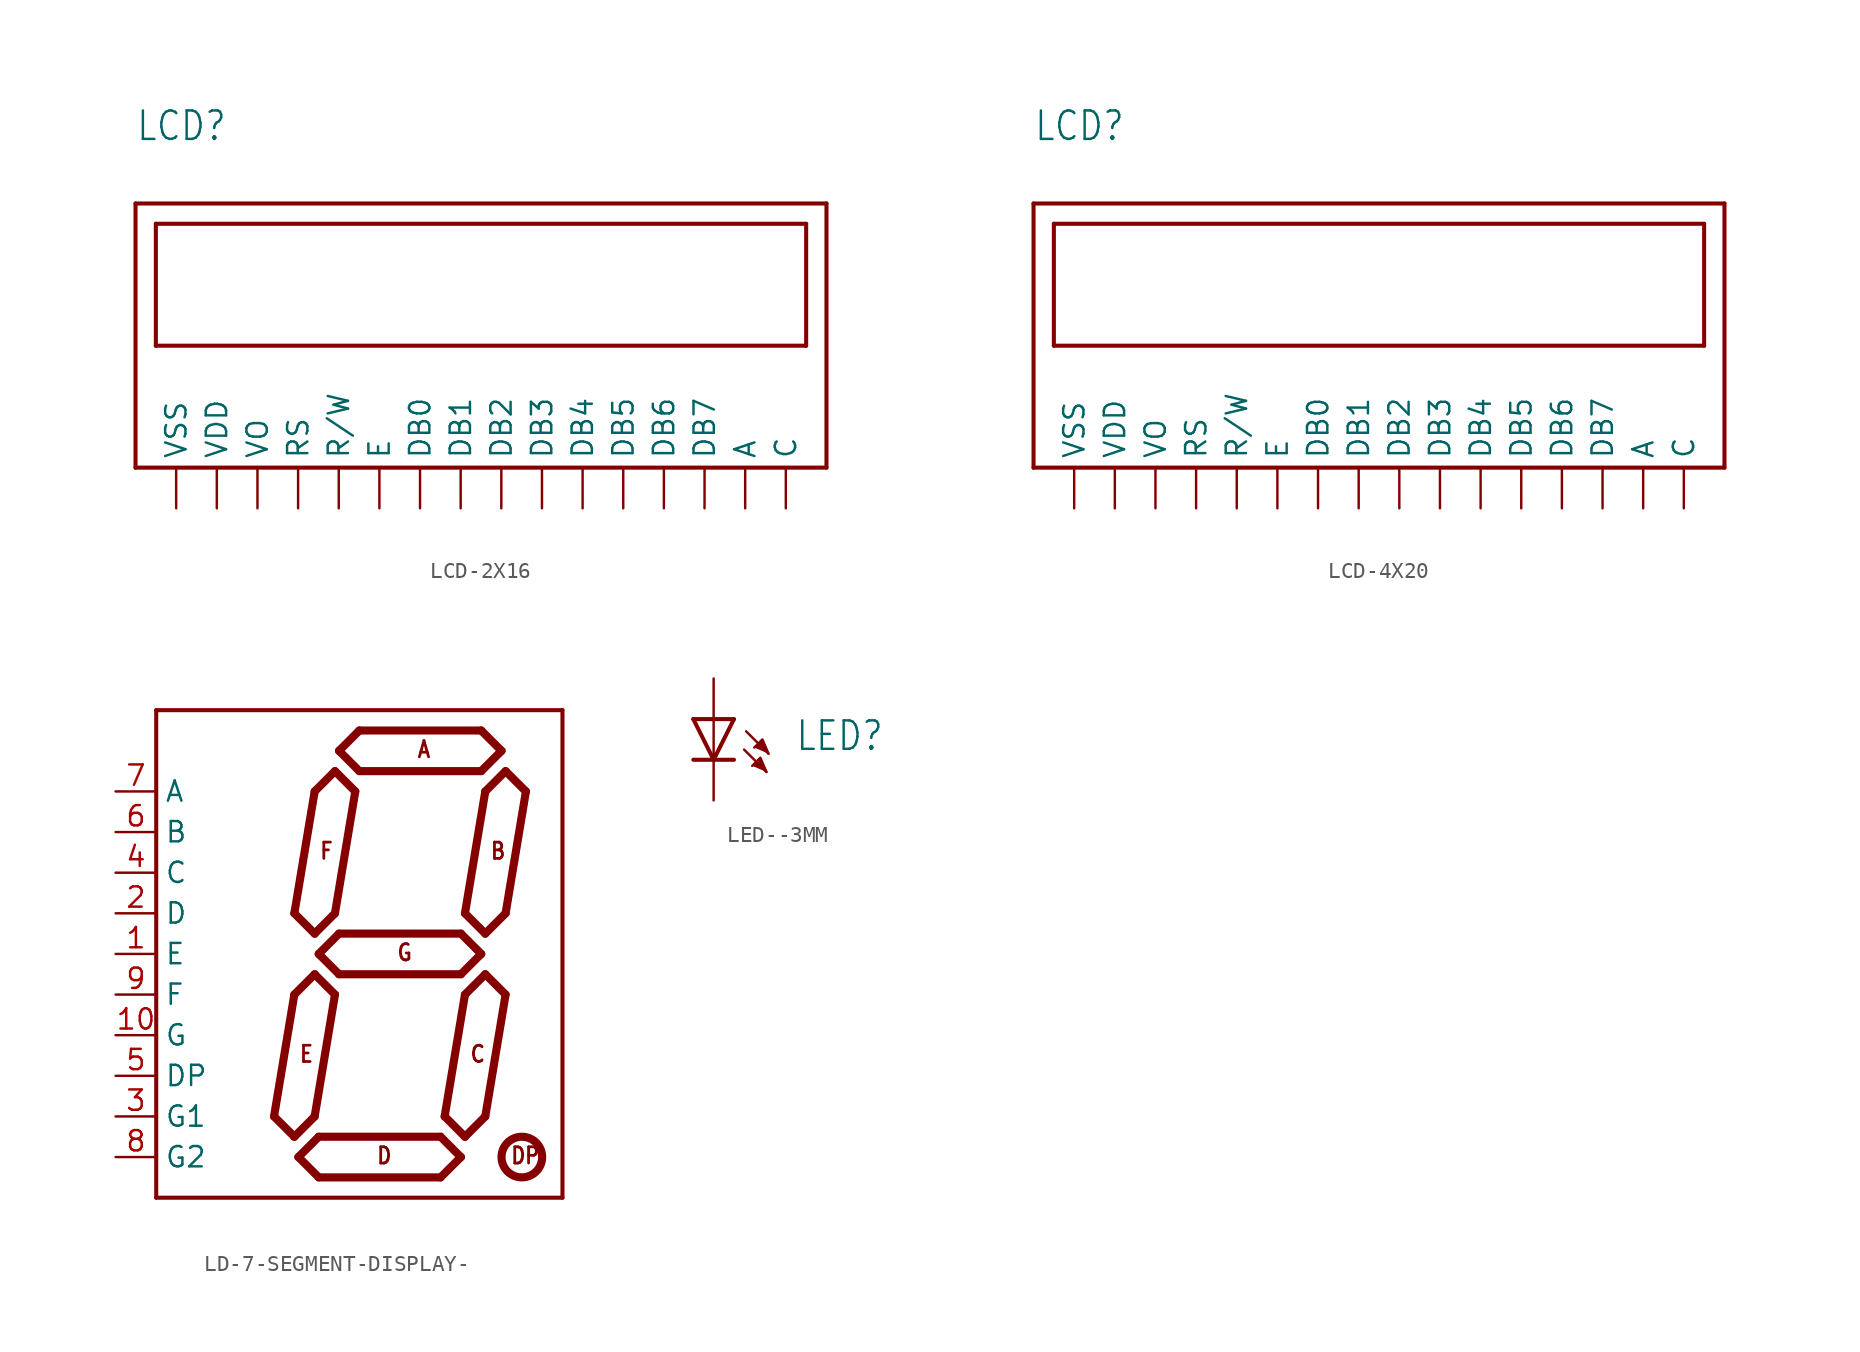
<source format=kicad_sym>
(kicad_symbol_lib
  (version 20231120)
  (generator "kicad_symbol_editor")
  (generator_version "8.0")
  (symbol "LCD-2X16"
    (property "Reference" "LCD"
      (at -20.32 15.24 0)
      (effects (font (size 1.778 1.511)) (justify left bottom)))
    (property "Value" ""
      (at -20.32 12.7 0)
      (effects (font (size 1.778 1.511)) (justify left bottom)))
    (property "ki_locked" ""
      (at 0 0 0)
      (effects (font (size 1.27 1.27))))
    (symbol "LCD-2X16_1_0"
      (polyline (pts (xy -20.32 -5.08) (xy 22.86 -5.08)) (stroke (width 0.254) (type solid)) (fill (type none)))
      (polyline (pts (xy -20.32 11.43) (xy -20.32 -5.08)) (stroke (width 0.254) (type solid)) (fill (type none)))
      (polyline (pts (xy -19.05 2.54) (xy 21.59 2.54)) (stroke (width 0.254) (type solid)) (fill (type none)))
      (polyline (pts (xy -19.05 10.16) (xy -19.05 2.54)) (stroke (width 0.254) (type solid)) (fill (type none)))
      (polyline (pts (xy 21.59 2.54) (xy 21.59 10.16)) (stroke (width 0.254) (type solid)) (fill (type none)))
      (polyline (pts (xy 21.59 10.16) (xy -19.05 10.16)) (stroke (width 0.254) (type solid)) (fill (type none)))
      (polyline (pts (xy 22.86 -5.08) (xy 22.86 11.43)) (stroke (width 0.254) (type solid)) (fill (type none)))
      (polyline (pts (xy 22.86 11.43) (xy -20.32 11.43)) (stroke (width 0.254) (type solid)) (fill (type none)))
      (pin passive line (at -17.78 -7.62 90) (length 2.54) (name "VSS" (effects (font (size 1.27 1.27)))) (number "1" (effects (font (size 0 0)))))
      (pin bidirectional line (at 5.08 -7.62 90) (length 2.54) (name "DB3" (effects (font (size 1.27 1.27)))) (number "10" (effects (font (size 0 0)))))
      (pin bidirectional line (at 7.62 -7.62 90) (length 2.54) (name "DB4" (effects (font (size 1.27 1.27)))) (number "11" (effects (font (size 0 0)))))
      (pin bidirectional line (at 10.16 -7.62 90) (length 2.54) (name "DB5" (effects (font (size 1.27 1.27)))) (number "12" (effects (font (size 0 0)))))
      (pin bidirectional line (at 12.7 -7.62 90) (length 2.54) (name "DB6" (effects (font (size 1.27 1.27)))) (number "13" (effects (font (size 0 0)))))
      (pin bidirectional line (at 15.24 -7.62 90) (length 2.54) (name "DB7" (effects (font (size 1.27 1.27)))) (number "14" (effects (font (size 0 0)))))
      (pin passive line (at 17.78 -7.62 90) (length 2.54) (name "A" (effects (font (size 1.27 1.27)))) (number "15" (effects (font (size 0 0)))))
      (pin passive line (at 20.32 -7.62 90) (length 2.54) (name "C" (effects (font (size 1.27 1.27)))) (number "16" (effects (font (size 0 0)))))
      (pin passive line (at -15.24 -7.62 90) (length 2.54) (name "VDD" (effects (font (size 1.27 1.27)))) (number "2" (effects (font (size 0 0)))))
      (pin bidirectional line (at -12.7 -7.62 90) (length 2.54) (name "VO" (effects (font (size 1.27 1.27)))) (number "3" (effects (font (size 0 0)))))
      (pin input line (at -10.16 -7.62 90) (length 2.54) (name "RS" (effects (font (size 1.27 1.27)))) (number "4" (effects (font (size 0 0)))))
      (pin input line (at -7.62 -7.62 90) (length 2.54) (name "R/W" (effects (font (size 1.27 1.27)))) (number "5" (effects (font (size 0 0)))))
      (pin input line (at -5.08 -7.62 90) (length 2.54) (name "E" (effects (font (size 1.27 1.27)))) (number "6" (effects (font (size 0 0)))))
      (pin bidirectional line (at -2.54 -7.62 90) (length 2.54) (name "DB0" (effects (font (size 1.27 1.27)))) (number "7" (effects (font (size 0 0)))))
      (pin bidirectional line (at 0 -7.62 90) (length 2.54) (name "DB1" (effects (font (size 1.27 1.27)))) (number "8" (effects (font (size 0 0)))))
      (pin bidirectional line (at 2.54 -7.62 90) (length 2.54) (name "DB2" (effects (font (size 1.27 1.27)))) (number "9" (effects (font (size 0 0)))))))
  (symbol "LCD-4X20"
    (property "Reference" "LCD"
      (at -20.32 15.24 0)
      (effects (font (size 1.778 1.511)) (justify left bottom)))
    (property "Value" ""
      (at -20.32 12.7 0)
      (effects (font (size 1.778 1.511)) (justify left bottom)))
    (property "ki_locked" ""
      (at 0 0 0)
      (effects (font (size 1.27 1.27))))
    (symbol "LCD-4X20_1_0"
      (polyline (pts (xy -20.32 -5.08) (xy 22.86 -5.08)) (stroke (width 0.254) (type solid)) (fill (type none)))
      (polyline (pts (xy -20.32 11.43) (xy -20.32 -5.08)) (stroke (width 0.254) (type solid)) (fill (type none)))
      (polyline (pts (xy -19.05 2.54) (xy 21.59 2.54)) (stroke (width 0.254) (type solid)) (fill (type none)))
      (polyline (pts (xy -19.05 10.16) (xy -19.05 2.54)) (stroke (width 0.254) (type solid)) (fill (type none)))
      (polyline (pts (xy 21.59 2.54) (xy 21.59 10.16)) (stroke (width 0.254) (type solid)) (fill (type none)))
      (polyline (pts (xy 21.59 10.16) (xy -19.05 10.16)) (stroke (width 0.254) (type solid)) (fill (type none)))
      (polyline (pts (xy 22.86 -5.08) (xy 22.86 11.43)) (stroke (width 0.254) (type solid)) (fill (type none)))
      (polyline (pts (xy 22.86 11.43) (xy -20.32 11.43)) (stroke (width 0.254) (type solid)) (fill (type none)))
      (pin passive line (at -17.78 -7.62 90) (length 2.54) (name "VSS" (effects (font (size 1.27 1.27)))) (number "1" (effects (font (size 0 0)))))
      (pin bidirectional line (at 5.08 -7.62 90) (length 2.54) (name "DB3" (effects (font (size 1.27 1.27)))) (number "10" (effects (font (size 0 0)))))
      (pin bidirectional line (at 7.62 -7.62 90) (length 2.54) (name "DB4" (effects (font (size 1.27 1.27)))) (number "11" (effects (font (size 0 0)))))
      (pin bidirectional line (at 10.16 -7.62 90) (length 2.54) (name "DB5" (effects (font (size 1.27 1.27)))) (number "12" (effects (font (size 0 0)))))
      (pin bidirectional line (at 12.7 -7.62 90) (length 2.54) (name "DB6" (effects (font (size 1.27 1.27)))) (number "13" (effects (font (size 0 0)))))
      (pin bidirectional line (at 15.24 -7.62 90) (length 2.54) (name "DB7" (effects (font (size 1.27 1.27)))) (number "14" (effects (font (size 0 0)))))
      (pin passive line (at 17.78 -7.62 90) (length 2.54) (name "A" (effects (font (size 1.27 1.27)))) (number "15" (effects (font (size 0 0)))))
      (pin passive line (at 20.32 -7.62 90) (length 2.54) (name "C" (effects (font (size 1.27 1.27)))) (number "16" (effects (font (size 0 0)))))
      (pin passive line (at -15.24 -7.62 90) (length 2.54) (name "VDD" (effects (font (size 1.27 1.27)))) (number "2" (effects (font (size 0 0)))))
      (pin bidirectional line (at -12.7 -7.62 90) (length 2.54) (name "VO" (effects (font (size 1.27 1.27)))) (number "3" (effects (font (size 0 0)))))
      (pin input line (at -10.16 -7.62 90) (length 2.54) (name "RS" (effects (font (size 1.27 1.27)))) (number "4" (effects (font (size 0 0)))))
      (pin input line (at -7.62 -7.62 90) (length 2.54) (name "R/W" (effects (font (size 1.27 1.27)))) (number "5" (effects (font (size 0 0)))))
      (pin input line (at -5.08 -7.62 90) (length 2.54) (name "E" (effects (font (size 1.27 1.27)))) (number "6" (effects (font (size 0 0)))))
      (pin bidirectional line (at -2.54 -7.62 90) (length 2.54) (name "DB0" (effects (font (size 1.27 1.27)))) (number "7" (effects (font (size 0 0)))))
      (pin bidirectional line (at 0 -7.62 90) (length 2.54) (name "DB1" (effects (font (size 1.27 1.27)))) (number "8" (effects (font (size 0 0)))))
      (pin bidirectional line (at 2.54 -7.62 90) (length 2.54) (name "DB2" (effects (font (size 1.27 1.27)))) (number "9" (effects (font (size 0 0)))))))
  (symbol "LD-7-SEGMENT-DISPLAY-"
    (property "Reference" "LD"
      (at 0 0 0)
      (effects (font (size 1.27 1.27)) (hide yes)))
    (property "ki_locked" ""
      (at 0 0 0)
      (effects (font (size 1.27 1.27))))
    (symbol "LD-7-SEGMENT-DISPLAY-_1_0"
      (polyline (pts (xy -15.24 -15.24) (xy -15.24 15.24)) (stroke (width 0.254) (type solid)) (fill (type none)))
      (polyline (pts (xy -15.24 15.24) (xy 10.16 15.24)) (stroke (width 0.254) (type solid)) (fill (type none)))
      (polyline (pts (xy -7.874 -10.16) (xy -6.604 -11.43)) (stroke (width 0.508) (type solid)) (fill (type none)))
      (polyline (pts (xy -6.604 -11.43) (xy -5.334 -10.16)) (stroke (width 0.508) (type solid)) (fill (type none)))
      (polyline (pts (xy -6.604 -2.54) (xy -7.874 -10.16)) (stroke (width 0.508) (type solid)) (fill (type none)))
      (polyline (pts (xy -6.604 2.54) (xy -5.334 1.27)) (stroke (width 0.508) (type solid)) (fill (type none)))
      (polyline (pts (xy -6.35 -12.7) (xy -5.08 -13.97)) (stroke (width 0.508) (type solid)) (fill (type none)))
      (polyline (pts (xy -6.35 -12.7) (xy -5.08 -11.43)) (stroke (width 0.508) (type solid)) (fill (type none)))
      (polyline (pts (xy -5.334 -10.16) (xy -4.064 -2.54)) (stroke (width 0.508) (type solid)) (fill (type none)))
      (polyline (pts (xy -5.334 -1.27) (xy -6.604 -2.54)) (stroke (width 0.508) (type solid)) (fill (type none)))
      (polyline (pts (xy -5.334 -1.27) (xy -4.064 -2.54)) (stroke (width 0.508) (type solid)) (fill (type none)))
      (polyline (pts (xy -5.334 1.27) (xy -4.064 2.54)) (stroke (width 0.508) (type solid)) (fill (type none)))
      (polyline (pts (xy -5.334 10.16) (xy -6.604 2.54)) (stroke (width 0.508) (type solid)) (fill (type none)))
      (polyline (pts (xy -5.08 -13.97) (xy 2.54 -13.97)) (stroke (width 0.508) (type solid)) (fill (type none)))
      (polyline (pts (xy -5.08 0) (xy -3.81 -1.27)) (stroke (width 0.508) (type solid)) (fill (type none)))
      (polyline (pts (xy -5.08 0) (xy -3.81 1.27)) (stroke (width 0.508) (type solid)) (fill (type none)))
      (polyline (pts (xy -4.064 2.54) (xy -2.794 10.16)) (stroke (width 0.508) (type solid)) (fill (type none)))
      (polyline (pts (xy -4.064 11.43) (xy -5.334 10.16)) (stroke (width 0.508) (type solid)) (fill (type none)))
      (polyline (pts (xy -4.064 11.43) (xy -2.794 10.16)) (stroke (width 0.508) (type solid)) (fill (type none)))
      (polyline (pts (xy -3.81 -1.27) (xy 3.81 -1.27)) (stroke (width 0.508) (type solid)) (fill (type none)))
      (polyline (pts (xy -3.81 12.7) (xy -2.54 13.97)) (stroke (width 0.508) (type solid)) (fill (type none)))
      (polyline (pts (xy -2.54 11.43) (xy -3.81 12.7)) (stroke (width 0.508) (type solid)) (fill (type none)))
      (polyline (pts (xy -2.54 13.97) (xy 5.08 13.97)) (stroke (width 0.508) (type solid)) (fill (type none)))
      (polyline (pts (xy 2.54 -13.97) (xy 3.81 -12.7)) (stroke (width 0.508) (type solid)) (fill (type none)))
      (polyline (pts (xy 2.54 -11.43) (xy -5.08 -11.43)) (stroke (width 0.508) (type solid)) (fill (type none)))
      (polyline (pts (xy 2.794 -10.16) (xy 4.064 -11.43)) (stroke (width 0.508) (type solid)) (fill (type none)))
      (polyline (pts (xy 3.81 -12.7) (xy 2.54 -11.43)) (stroke (width 0.508) (type solid)) (fill (type none)))
      (polyline (pts (xy 3.81 -1.27) (xy 5.08 0)) (stroke (width 0.508) (type solid)) (fill (type none)))
      (polyline (pts (xy 3.81 1.27) (xy -3.81 1.27)) (stroke (width 0.508) (type solid)) (fill (type none)))
      (polyline (pts (xy 4.064 -11.43) (xy 5.334 -10.16)) (stroke (width 0.508) (type solid)) (fill (type none)))
      (polyline (pts (xy 4.064 -2.54) (xy 2.794 -10.16)) (stroke (width 0.508) (type solid)) (fill (type none)))
      (polyline (pts (xy 4.064 2.54) (xy 5.334 1.27)) (stroke (width 0.508) (type solid)) (fill (type none)))
      (polyline (pts (xy 5.08 0) (xy 3.81 1.27)) (stroke (width 0.508) (type solid)) (fill (type none)))
      (polyline (pts (xy 5.08 11.43) (xy -2.54 11.43)) (stroke (width 0.508) (type solid)) (fill (type none)))
      (polyline (pts (xy 5.08 13.97) (xy 6.35 12.7)) (stroke (width 0.508) (type solid)) (fill (type none)))
      (polyline (pts (xy 5.334 -10.16) (xy 6.604 -2.54)) (stroke (width 0.508) (type solid)) (fill (type none)))
      (polyline (pts (xy 5.334 -1.27) (xy 4.064 -2.54)) (stroke (width 0.508) (type solid)) (fill (type none)))
      (polyline (pts (xy 5.334 -1.27) (xy 6.604 -2.54)) (stroke (width 0.508) (type solid)) (fill (type none)))
      (polyline (pts (xy 5.334 1.27) (xy 6.604 2.54)) (stroke (width 0.508) (type solid)) (fill (type none)))
      (polyline (pts (xy 5.334 10.16) (xy 4.064 2.54)) (stroke (width 0.508) (type solid)) (fill (type none)))
      (polyline (pts (xy 6.35 12.7) (xy 5.08 11.43)) (stroke (width 0.508) (type solid)) (fill (type none)))
      (polyline (pts (xy 6.604 2.54) (xy 7.874 10.16)) (stroke (width 0.508) (type solid)) (fill (type none)))
      (polyline (pts (xy 6.604 11.43) (xy 5.334 10.16)) (stroke (width 0.508) (type solid)) (fill (type none)))
      (polyline (pts (xy 6.604 11.43) (xy 7.874 10.16)) (stroke (width 0.508) (type solid)) (fill (type none)))
      (polyline (pts (xy 10.16 -15.24) (xy -15.24 -15.24)) (stroke (width 0.254) (type solid)) (fill (type none)))
      (polyline (pts (xy 10.16 15.24) (xy 10.16 -15.24)) (stroke (width 0.254) (type solid)) (fill (type none)))
      (circle (center 7.62 -12.7) (radius 1.27) (stroke (width 0.508) (type solid)) (fill (type none)))
      (text "A" (at 1.016 12.192 0) (effects (font (size 1.016 0.864) (thickness 0.173) (bold yes)) (justify left bottom)))
      (text "B" (at 5.588 5.842 0) (effects (font (size 1.016 0.864) (thickness 0.173) (bold yes)) (justify left bottom)))
      (text "C" (at 4.318 -6.858 0) (effects (font (size 1.016 0.864) (thickness 0.173) (bold yes)) (justify left bottom)))
      (text "D" (at -1.524 -13.208 0) (effects (font (size 1.016 0.864) (thickness 0.173) (bold yes)) (justify left bottom)))
      (text "DP" (at 6.858 -13.208 0) (effects (font (size 1.016 0.864) (thickness 0.173) (bold yes)) (justify left bottom)))
      (text "E" (at -6.35 -6.858 0) (effects (font (size 1.016 0.864) (thickness 0.173) (bold yes)) (justify left bottom)))
      (text "F" (at -5.08 5.842 0) (effects (font (size 1.016 0.864) (thickness 0.173) (bold yes)) (justify left bottom)))
      (text "G" (at -0.254 -0.508 0) (effects (font (size 1.016 0.864) (thickness 0.173) (bold yes)) (justify left bottom)))
      (pin bidirectional line (at -17.78 0 0) (length 2.54) (name "E" (effects (font (size 1.27 1.27)))) (number "1" (effects (font (size 1.27 1.27)))))
      (pin bidirectional line (at -17.78 -5.08 0) (length 2.54) (name "G" (effects (font (size 1.27 1.27)))) (number "10" (effects (font (size 1.27 1.27)))))
      (pin bidirectional line (at -17.78 2.54 0) (length 2.54) (name "D" (effects (font (size 1.27 1.27)))) (number "2" (effects (font (size 1.27 1.27)))))
      (pin bidirectional line (at -17.78 -10.16 0) (length 2.54) (name "G1" (effects (font (size 1.27 1.27)))) (number "3" (effects (font (size 1.27 1.27)))))
      (pin bidirectional line (at -17.78 5.08 0) (length 2.54) (name "C" (effects (font (size 1.27 1.27)))) (number "4" (effects (font (size 1.27 1.27)))))
      (pin bidirectional line (at -17.78 -7.62 0) (length 2.54) (name "DP" (effects (font (size 1.27 1.27)))) (number "5" (effects (font (size 1.27 1.27)))))
      (pin bidirectional line (at -17.78 7.62 0) (length 2.54) (name "B" (effects (font (size 1.27 1.27)))) (number "6" (effects (font (size 1.27 1.27)))))
      (pin bidirectional line (at -17.78 10.16 0) (length 2.54) (name "A" (effects (font (size 1.27 1.27)))) (number "7" (effects (font (size 1.27 1.27)))))
      (pin bidirectional line (at -17.78 -12.7 0) (length 2.54) (name "G2" (effects (font (size 1.27 1.27)))) (number "8" (effects (font (size 1.27 1.27)))))
      (pin bidirectional line (at -17.78 -2.54 0) (length 2.54) (name "F" (effects (font (size 1.27 1.27)))) (number "9" (effects (font (size 1.27 1.27)))))))
  (symbol "LED--3MM"
    (property "Reference" "LED"
      (at 5.08 0 0)
      (effects (font (size 1.778 1.511)) (justify left top)))
    (property "Value" ""
      (at 5.08 -2.54 0)
      (effects (font (size 1.778 1.511)) (justify left top)))
    (property "ki_locked" ""
      (at 0 0 0)
      (effects (font (size 1.27 1.27))))
    (symbol "LED--3MM_1_0"
      (polyline (pts (xy -1.27 -2.54) (xy 0 -2.54)) (stroke (width 0.254) (type solid)) (fill (type none)))
      (polyline (pts (xy -1.27 0) (xy 0 -2.54)) (stroke (width 0.254) (type solid)) (fill (type none)))
      (polyline (pts (xy -1.27 0) (xy 0 0)) (stroke (width 0.254) (type solid)) (fill (type none)))
      (polyline (pts (xy 0 -2.54) (xy 1.27 -2.54)) (stroke (width 0.254) (type solid)) (fill (type none)))
      (polyline (pts (xy 0 -2.54) (xy 1.27 0)) (stroke (width 0.254) (type solid)) (fill (type none)))
      (polyline (pts (xy 0 0) (xy 0 -2.54)) (stroke (width 0.152) (type solid)) (fill (type none)))
      (polyline (pts (xy 0 0) (xy 1.27 0)) (stroke (width 0.254) (type solid)) (fill (type none)))
      (polyline (pts (xy 1.905 -1.905) (xy 3.302 -3.302)) (stroke (width 0.152) (type solid)) (fill (type none)))
      (polyline (pts (xy 2.032 -0.762) (xy 3.429 -2.159)) (stroke (width 0.152) (type solid)) (fill (type none)))
      (polyline (pts (xy 3.302 -3.302) (xy 2.921 -2.413) (xy 2.413 -2.921)) (stroke (width 0.152) (type solid)) (fill (type outline)))
      (polyline (pts (xy 3.429 -2.159) (xy 3.048 -1.27) (xy 2.54 -1.778)) (stroke (width 0.152) (type solid)) (fill (type outline)))
      (pin passive line (at 0 2.54 270) (length 2.54) (name "A" (effects (font (size 0 0)))) (number "A" (effects (font (size 0 0)))))
      (pin passive line (at 0 -5.08 90) (length 2.54) (name "C" (effects (font (size 0 0)))) (number "C" (effects (font (size 0 0))))))))
</source>
